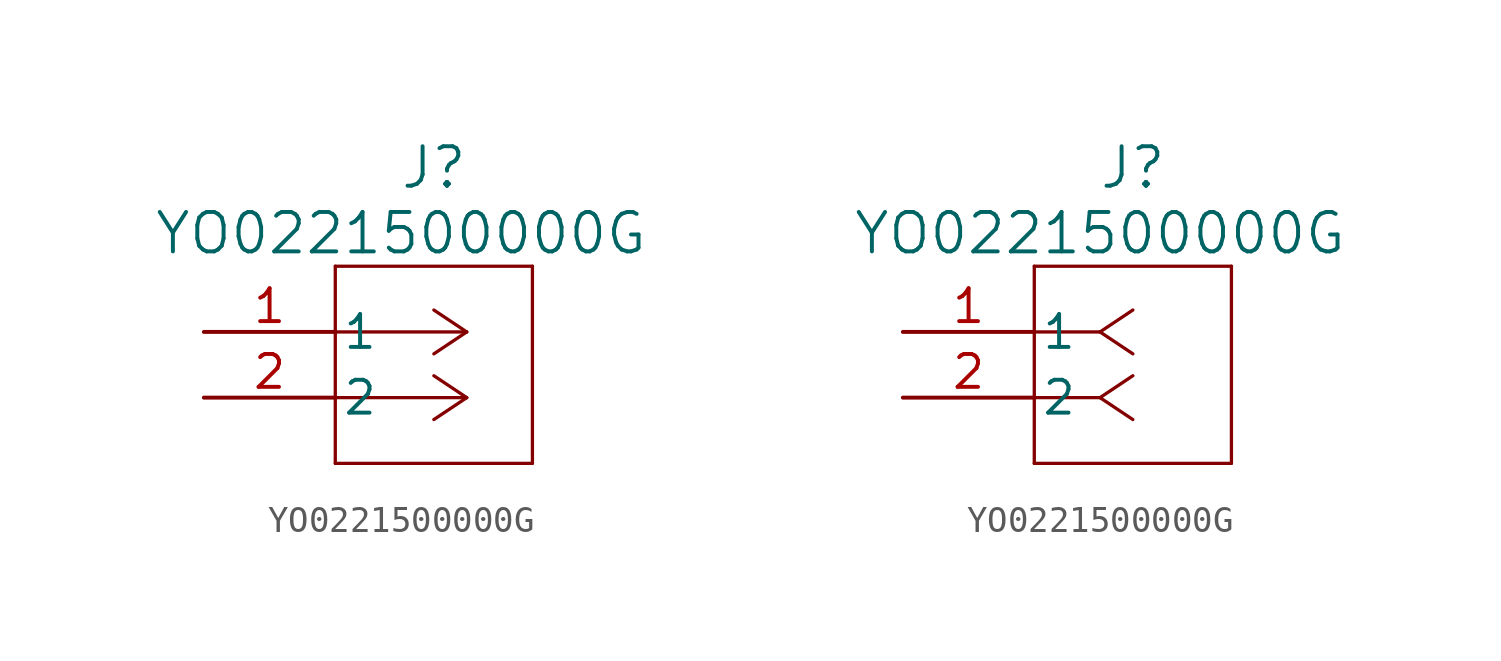
<source format=kicad_sym>
(kicad_symbol_lib
  (version 20220914)
  (generator kicad_symbol_editor)
  (symbol "YO0221500000G"
    (pin_names
      (offset 0.254))
    (property "Reference" "J"
      (at 8.89 6.35 0)
      (effects (font (size 1.524 1.524))))
    (property "Value" "YO0221500000G"
      (at 7.62 3.81 0)
      (effects (font (size 1.524 1.524))))
    (property "ki_locked" ""
      (at 0 0 0)
      (effects (font (size 1.27 1.27))))
    (symbol "YO0221500000G_1_1"
      (polyline (pts (xy 5.08 -5.08) (xy 12.7 -5.08)) (stroke (width 0.127) (type default)) (fill (type none)))
      (polyline (pts (xy 5.08 2.54) (xy 5.08 -5.08)) (stroke (width 0.127) (type default)) (fill (type none)))
      (polyline (pts (xy 10.16 -2.54) (xy 5.08 -2.54)) (stroke (width 0.127) (type default)) (fill (type none)))
      (polyline (pts (xy 10.16 -2.54) (xy 8.89 -3.387)) (stroke (width 0.127) (type default)) (fill (type none)))
      (polyline (pts (xy 10.16 -2.54) (xy 8.89 -1.693)) (stroke (width 0.127) (type default)) (fill (type none)))
      (polyline (pts (xy 10.16 0) (xy 5.08 0)) (stroke (width 0.127) (type default)) (fill (type none)))
      (polyline (pts (xy 10.16 0) (xy 8.89 -0.847)) (stroke (width 0.127) (type default)) (fill (type none)))
      (polyline (pts (xy 10.16 0) (xy 8.89 0.847)) (stroke (width 0.127) (type default)) (fill (type none)))
      (polyline (pts (xy 12.7 -5.08) (xy 12.7 2.54)) (stroke (width 0.127) (type default)) (fill (type none)))
      (polyline (pts (xy 12.7 2.54) (xy 5.08 2.54)) (stroke (width 0.127) (type default)) (fill (type none)))
      (pin unspecified line (at 0 0 0) (length 5.08) (name "1" (effects (font (size 1.27 1.27)))) (number "1" (effects (font (size 1.27 1.27)))))
      (pin unspecified line (at 0 -2.54 0) (length 5.08) (name "2" (effects (font (size 1.27 1.27)))) (number "2" (effects (font (size 1.27 1.27))))))
    (symbol "YO0221500000G_1_2"
      (polyline (pts (xy 5.08 -5.08) (xy 12.7 -5.08)) (stroke (width 0.127) (type default)) (fill (type none)))
      (polyline (pts (xy 5.08 2.54) (xy 5.08 -5.08)) (stroke (width 0.127) (type default)) (fill (type none)))
      (polyline (pts (xy 7.62 -2.54) (xy 5.08 -2.54)) (stroke (width 0.127) (type default)) (fill (type none)))
      (polyline (pts (xy 7.62 -2.54) (xy 8.89 -3.387)) (stroke (width 0.127) (type default)) (fill (type none)))
      (polyline (pts (xy 7.62 -2.54) (xy 8.89 -1.693)) (stroke (width 0.127) (type default)) (fill (type none)))
      (polyline (pts (xy 7.62 0) (xy 5.08 0)) (stroke (width 0.127) (type default)) (fill (type none)))
      (polyline (pts (xy 7.62 0) (xy 8.89 -0.847)) (stroke (width 0.127) (type default)) (fill (type none)))
      (polyline (pts (xy 7.62 0) (xy 8.89 0.847)) (stroke (width 0.127) (type default)) (fill (type none)))
      (polyline (pts (xy 12.7 -5.08) (xy 12.7 2.54)) (stroke (width 0.127) (type default)) (fill (type none)))
      (polyline (pts (xy 12.7 2.54) (xy 5.08 2.54)) (stroke (width 0.127) (type default)) (fill (type none)))
      (pin unspecified line (at 0 0 0) (length 5.08) (name "1" (effects (font (size 1.27 1.27)))) (number "1" (effects (font (size 1.27 1.27)))))
      (pin unspecified line (at 0 -2.54 0) (length 5.08) (name "2" (effects (font (size 1.27 1.27)))) (number "2" (effects (font (size 1.27 1.27))))))))
</source>
